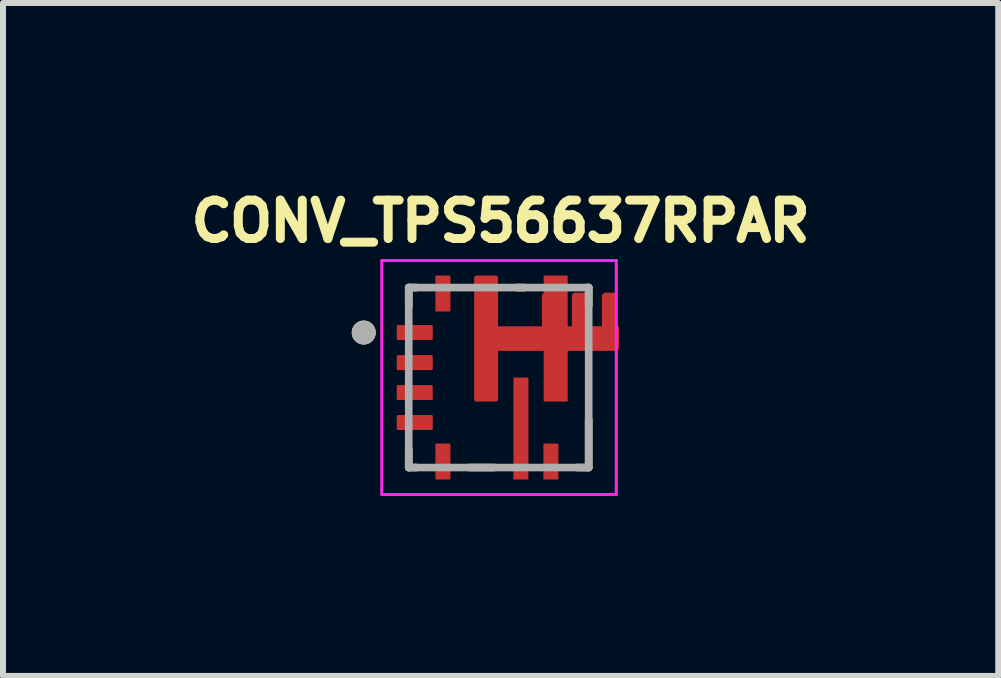
<source format=kicad_pcb>
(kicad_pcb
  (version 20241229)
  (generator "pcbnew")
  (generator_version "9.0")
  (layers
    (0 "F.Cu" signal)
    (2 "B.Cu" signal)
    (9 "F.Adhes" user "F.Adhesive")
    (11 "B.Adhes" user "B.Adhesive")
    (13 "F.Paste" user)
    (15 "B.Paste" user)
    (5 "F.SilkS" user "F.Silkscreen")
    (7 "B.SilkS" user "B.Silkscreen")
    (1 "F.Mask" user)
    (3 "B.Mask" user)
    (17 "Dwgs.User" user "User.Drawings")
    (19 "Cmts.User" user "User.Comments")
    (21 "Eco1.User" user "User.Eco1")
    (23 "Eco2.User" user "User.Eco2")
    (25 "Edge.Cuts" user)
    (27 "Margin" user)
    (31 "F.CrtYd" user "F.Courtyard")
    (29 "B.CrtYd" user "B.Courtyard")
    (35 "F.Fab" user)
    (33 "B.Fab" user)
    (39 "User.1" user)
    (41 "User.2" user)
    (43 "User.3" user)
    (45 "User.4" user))
  (footprint "CONV_TPS56637RPAR"
    (layer "F.Cu")
    (at 5.264 3.244)
    (property "Reference" "CONV_TPS56637RPAR" (at 0.032 -2.606 0) (layer "F.SilkS") (effects (font (size 0.64 0.64) (thickness 0.15))))
    (attr through_hole)
    (fp_poly (pts (xy 0.65 -1.65) (xy 0.65 0.35) (xy 0.65 0.358) (xy 0.651 0.366) (xy 0.652 0.373) (xy 0.653 0.381) (xy 0.655 0.389) (xy 0.657 0.396) (xy 0.66 0.404) (xy 0.663 0.411) (xy 0.666 0.418) (xy 0.67 0.425) (xy 0.674 0.432) (xy 0.679 0.438) (xy 0.683 0.444) (xy 0.689 0.45) (xy 0.694 0.456) (xy 0.7 0.461) (xy 0.706 0.467) (xy 0.712 0.471) (xy 0.718 0.476) (xy 0.725 0.48) (xy 0.732 0.484) (xy 0.739 0.487) (xy 0.746 0.49) (xy 0.754 0.493) (xy 0.761 0.495) (xy 0.769 0.497) (xy 0.777 0.498) (xy 0.784 0.499) (xy 0.792 0.5) (xy 0.8 0.5) (xy 1.25 0.5) (xy 1.25 0.475) (xy 1.66 0.475) (xy 1.667 0.474) (xy 1.676 0.473) (xy 1.684 0.471) (xy 1.692 0.469) (xy 1.701 0.467) (xy 1.709 0.464) (xy 1.716 0.46) (xy 1.724 0.456) (xy 1.731 0.452) (xy 1.739 0.448) (xy 1.746 0.443) (xy 1.752 0.437) (xy 1.759 0.432) (xy 1.765 0.426) (xy 1.771 0.419) (xy 1.776 0.413) (xy 1.781 0.406) (xy 1.786 0.399) (xy 1.79 0.392) (xy 1.794 0.384) (xy 1.798 0.376) (xy 1.801 0.368) (xy 1.803 0.36) (xy 1.806 0.352) (xy 1.807 0.344) (xy 1.809 0.335) (xy 1.81 0.327) (xy 1.81 0.318) (xy 1.81 0.31) (xy 1.81 0.3) (xy 1.81 0.2) (xy 1.81 0.19) (xy 1.81 0.182) (xy 1.81 0.173) (xy 1.809 0.165) (xy 1.807 0.156) (xy 1.806 0.148) (xy 1.803 0.14) (xy 1.801 0.132) (xy 1.798 0.124) (xy 1.794 0.116) (xy 1.79 0.108) (xy 1.786 0.101) (xy 1.781 0.094) (xy 1.776 0.087) (xy 1.771 0.081) (xy 1.765 0.074) (xy 1.759 0.068) (xy 1.752 0.063) (xy 1.746 0.057) (xy 1.739 0.052) (xy 1.731 0.048) (xy 1.724 0.044) (xy 1.716 0.04) (xy 1.709 0.036) (xy 1.701 0.033) (xy 1.692 0.031) (xy 1.684 0.029) (xy 1.676 0.027) (xy 1.667 0.026) (xy 1.66 0.025) (xy 1.25 0.025) (xy 1.25 -0.025) (xy 1.66 -0.025) (xy 1.668 -0.025) (xy 1.676 -0.026) (xy 1.683 -0.027) (xy 1.691 -0.028) (xy 1.699 -0.03) (xy 1.706 -0.032) (xy 1.714 -0.035) (xy 1.721 -0.038) (xy 1.728 -0.041) (xy 1.735 -0.045) (xy 1.742 -0.049) (xy 1.748 -0.054) (xy 1.754 -0.058) (xy 1.76 -0.064) (xy 1.766 -0.069) (xy 1.771 -0.075) (xy 1.777 -0.081) (xy 1.781 -0.087) (xy 1.786 -0.093) (xy 1.79 -0.1) (xy 1.794 -0.107) (xy 1.797 -0.114) (xy 1.8 -0.121) (xy 1.803 -0.129) (xy 1.805 -0.136) (xy 1.807 -0.144) (xy 1.808 -0.152) (xy 1.809 -0.159) (xy 1.81 -0.167) (xy 1.81 -0.175) (xy 1.81 -0.325) (xy 1.81 -0.333) (xy 1.809 -0.341) (xy 1.808 -0.348) (xy 1.807 -0.356) (xy 1.805 -0.364) (xy 1.803 -0.371) (xy 1.8 -0.379) (xy 1.797 -0.386) (xy 1.794 -0.393) (xy 1.79 -0.4) (xy 1.786 -0.407) (xy 1.781 -0.413) (xy 1.777 -0.419) (xy 1.771 -0.425) (xy 1.766 -0.431) (xy 1.76 -0.436) (xy 1.754 -0.442) (xy 1.748 -0.446) (xy 1.742 -0.451) (xy 1.735 -0.455) (xy 1.728 -0.459) (xy 1.721 -0.462) (xy 1.714 -0.465) (xy 1.706 -0.468) (xy 1.699 -0.47) (xy 1.691 -0.472) (xy 1.683 -0.473) (xy 1.676 -0.474) (xy 1.668 -0.475) (xy 1.66 -0.475) (xy 1.25 -0.475) (xy 1.25 -0.525) (xy 1.66 -0.525) (xy 1.668 -0.525) (xy 1.676 -0.526) (xy 1.683 -0.527) (xy 1.691 -0.528) (xy 1.699 -0.53) (xy 1.706 -0.532) (xy 1.714 -0.535) (xy 1.721 -0.538) (xy 1.728 -0.541) (xy 1.735 -0.545) (xy 1.742 -0.549) (xy 1.748 -0.554) (xy 1.754 -0.558) (xy 1.76 -0.564) (xy 1.766 -0.569) (xy 1.771 -0.575) (xy 1.777 -0.581) (xy 1.781 -0.587) (xy 1.786 -0.593) (xy 1.79 -0.6) (xy 1.794 -0.607) (xy 1.797 -0.614) (xy 1.8 -0.621) (xy 1.803 -0.629) (xy 1.805 -0.636) (xy 1.807 -0.644) (xy 1.808 -0.652) (xy 1.809 -0.659) (xy 1.81 -0.667) (xy 1.81 -0.675) (xy 1.81 -0.825) (xy 1.81 -0.833) (xy 1.809 -0.841) (xy 1.808 -0.848) (xy 1.807 -0.856) (xy 1.805 -0.864) (xy 1.803 -0.871) (xy 1.8 -0.879) (xy 1.797 -0.886) (xy 1.794 -0.893) (xy 1.79 -0.9) (xy 1.786 -0.907) (xy 1.781 -0.913) (xy 1.777 -0.919) (xy 1.771 -0.925) (xy 1.766 -0.931) (xy 1.76 -0.936) (xy 1.754 -0.942) (xy 1.748 -0.946) (xy 1.742 -0.951) (xy 1.735 -0.955) (xy 1.728 -0.959) (xy 1.721 -0.962) (xy 1.714 -0.965) (xy 1.706 -0.968) (xy 1.699 -0.97) (xy 1.691 -0.972) (xy 1.683 -0.973) (xy 1.676 -0.974) (xy 1.668 -0.975) (xy 1.66 -0.975) (xy 1.25 -0.975) (xy 1.25 -1.65) (xy 1.25 -1.658) (xy 1.249 -1.666) (xy 1.248 -1.673) (xy 1.247 -1.681) (xy 1.245 -1.689) (xy 1.243 -1.696) (xy 1.24 -1.704) (xy 1.237 -1.711) (xy 1.234 -1.718) (xy 1.23 -1.725) (xy 1.226 -1.732) (xy 1.221 -1.738) (xy 1.217 -1.744) (xy 1.211 -1.75) (xy 1.206 -1.756) (xy 1.2 -1.761) (xy 1.194 -1.767) (xy 1.188 -1.771) (xy 1.182 -1.776) (xy 1.175 -1.78) (xy 1.168 -1.784) (xy 1.161 -1.787) (xy 1.154 -1.79) (xy 1.146 -1.793) (xy 1.139 -1.795) (xy 1.131 -1.797) (xy 1.123 -1.798) (xy 1.116 -1.799) (xy 1.108 -1.8) (xy 1.1 -1.8) (xy 0.8 -1.8) (xy 0.792 -1.8) (xy 0.784 -1.799) (xy 0.777 -1.798) (xy 0.769 -1.797) (xy 0.761 -1.795) (xy 0.754 -1.793) (xy 0.746 -1.79) (xy 0.739 -1.787) (xy 0.732 -1.784) (xy 0.725 -1.78) (xy 0.718 -1.776) (xy 0.712 -1.771) (xy 0.706 -1.767) (xy 0.7 -1.761) (xy 0.694 -1.756) (xy 0.689 -1.75) (xy 0.683 -1.744) (xy 0.679 -1.738) (xy 0.674 -1.732) (xy 0.67 -1.725) (xy 0.666 -1.718) (xy 0.663 -1.711) (xy 0.66 -1.704) (xy 0.657 -1.696) (xy 0.655 -1.689) (xy 0.653 -1.681) (xy 0.652 -1.673) (xy 0.651 -1.666) (xy 0.65 -1.658) (xy 0.65 -1.65)) (stroke (width 0.01) (type solid)) (fill yes) (layer "F.Mask"))
    (fp_line (start -1.5 -1.5) (end -1.5 -1.195) (stroke (width 0.127) (type solid)) (layer "F.SilkS"))
    (fp_line (start -1.5 1.5) (end -1.5 1.195) (stroke (width 0.127) (type solid)) (layer "F.SilkS"))
    (fp_line (start -1.375 -1.5) (end -1.5 -1.5) (stroke (width 0.127) (type solid)) (layer "F.SilkS"))
    (fp_line (start -1.375 1.5) (end -1.5 1.5) (stroke (width 0.127) (type solid)) (layer "F.SilkS"))
    (fp_line (start -0.485 1.5) (end -0.075 1.5) (stroke (width 0.127) (type solid)) (layer "F.SilkS"))
    (fp_line (start 0.43 -1.5) (end 0.31 -1.5) (stroke (width 0.127) (type solid)) (layer "F.SilkS"))
    (fp_line (start 1.315 1.5) (end 1.5 1.5) (stroke (width 0.127) (type solid)) (layer "F.SilkS"))
    (fp_line (start 1.47 -1.5) (end 1.5 -1.5) (stroke (width 0.127) (type solid)) (layer "F.SilkS"))
    (fp_line (start 1.5 -1.195) (end 1.5 -1.5) (stroke (width 0.127) (type solid)) (layer "F.SilkS"))
    (fp_line (start 1.5 1.5) (end 1.5 0.695) (stroke (width 0.127) (type solid)) (layer "F.SilkS"))
    (fp_circle (center -2.25 -0.75) (end -2.15 -0.75) (stroke (width 0.2) (type solid)) (fill no) (layer "F.SilkS"))
    (fp_poly (pts (xy -0.41 -1.65) (xy -0.41 -0.8) (xy -0.41 -0.797) (xy -0.41 -0.795) (xy -0.409 -0.792) (xy -0.409 -0.79) (xy -0.408 -0.787) (xy -0.408 -0.785) (xy -0.407 -0.782) (xy -0.406 -0.78) (xy -0.405 -0.777) (xy -0.403 -0.775) (xy -0.402 -0.773) (xy -0.4 -0.771) (xy -0.399 -0.769) (xy -0.397 -0.767) (xy -0.395 -0.765) (xy -0.393 -0.763) (xy -0.391 -0.761) (xy -0.389 -0.76) (xy -0.387 -0.758) (xy -0.385 -0.757) (xy -0.383 -0.755) (xy -0.38 -0.754) (xy -0.378 -0.753) (xy -0.375 -0.752) (xy -0.373 -0.752) (xy -0.37 -0.751) (xy -0.368 -0.751) (xy -0.365 -0.75) (xy -0.363 -0.75) (xy -0.36 -0.75) (xy -0.06 -0.75) (xy -0.057 -0.75) (xy -0.055 -0.75) (xy -0.052 -0.751) (xy -0.05 -0.751) (xy -0.047 -0.752) (xy -0.045 -0.752) (xy -0.042 -0.753) (xy -0.04 -0.754) (xy -0.037 -0.755) (xy -0.035 -0.757) (xy -0.033 -0.758) (xy -0.031 -0.76) (xy -0.029 -0.761) (xy -0.027 -0.763) (xy -0.025 -0.765) (xy -0.023 -0.767) (xy -0.021 -0.769) (xy -0.02 -0.771) (xy -0.018 -0.773) (xy -0.017 -0.775) (xy -0.015 -0.777) (xy -0.014 -0.78) (xy -0.013 -0.782) (xy -0.012 -0.785) (xy -0.012 -0.787) (xy -0.011 -0.79) (xy -0.011 -0.792) (xy -0.01 -0.795) (xy -0.01 -0.797) (xy -0.01 -0.8) (xy -0.01 -1.65) (xy -0.01 -1.653) (xy -0.01 -1.655) (xy -0.011 -1.658) (xy -0.011 -1.66) (xy -0.012 -1.663) (xy -0.012 -1.665) (xy -0.013 -1.668) (xy -0.014 -1.67) (xy -0.015 -1.673) (xy -0.017 -1.675) (xy -0.018 -1.677) (xy -0.02 -1.679) (xy -0.021 -1.681) (xy -0.023 -1.683) (xy -0.025 -1.685) (xy -0.027 -1.687) (xy -0.029 -1.689) (xy -0.031 -1.69) (xy -0.033 -1.692) (xy -0.035 -1.693) (xy -0.037 -1.695) (xy -0.04 -1.696) (xy -0.042 -1.697) (xy -0.045 -1.698) (xy -0.047 -1.698) (xy -0.05 -1.699) (xy -0.052 -1.699) (xy -0.055 -1.7) (xy -0.057 -1.7) (xy -0.06 -1.7) (xy -0.36 -1.7) (xy -0.363 -1.7) (xy -0.365 -1.7) (xy -0.368 -1.699) (xy -0.37 -1.699) (xy -0.373 -1.698) (xy -0.375 -1.698) (xy -0.378 -1.697) (xy -0.38 -1.696) (xy -0.383 -1.695) (xy -0.385 -1.693) (xy -0.387 -1.692) (xy -0.389 -1.69) (xy -0.391 -1.689) (xy -0.393 -1.687) (xy -0.395 -1.685) (xy -0.397 -1.683) (xy -0.399 -1.681) (xy -0.4 -1.679) (xy -0.402 -1.677) (xy -0.403 -1.675) (xy -0.405 -1.673) (xy -0.406 -1.67) (xy -0.407 -1.668) (xy -0.408 -1.665) (xy -0.408 -1.663) (xy -0.409 -1.66) (xy -0.409 -1.658) (xy -0.41 -1.655) (xy -0.41 -1.653) (xy -0.41 -1.65)) (stroke (width 0.01) (type solid)) (fill yes) (layer "F.Paste"))
    (fp_poly (pts (xy -0.41 -0.5) (xy -0.41 0.35) (xy -0.41 0.353) (xy -0.41 0.355) (xy -0.409 0.358) (xy -0.409 0.36) (xy -0.408 0.363) (xy -0.408 0.365) (xy -0.407 0.368) (xy -0.406 0.37) (xy -0.405 0.373) (xy -0.403 0.375) (xy -0.402 0.377) (xy -0.4 0.379) (xy -0.399 0.381) (xy -0.397 0.383) (xy -0.395 0.385) (xy -0.393 0.387) (xy -0.391 0.389) (xy -0.389 0.39) (xy -0.387 0.392) (xy -0.385 0.393) (xy -0.383 0.395) (xy -0.38 0.396) (xy -0.378 0.397) (xy -0.375 0.398) (xy -0.373 0.398) (xy -0.37 0.399) (xy -0.368 0.399) (xy -0.365 0.4) (xy -0.363 0.4) (xy -0.36 0.4) (xy -0.06 0.4) (xy -0.057 0.4) (xy -0.055 0.4) (xy -0.052 0.399) (xy -0.05 0.399) (xy -0.047 0.398) (xy -0.045 0.398) (xy -0.042 0.397) (xy -0.04 0.396) (xy -0.037 0.395) (xy -0.035 0.393) (xy -0.033 0.392) (xy -0.031 0.39) (xy -0.029 0.389) (xy -0.027 0.387) (xy -0.025 0.385) (xy -0.023 0.383) (xy -0.021 0.381) (xy -0.02 0.379) (xy -0.018 0.377) (xy -0.017 0.375) (xy -0.015 0.373) (xy -0.014 0.37) (xy -0.013 0.368) (xy -0.012 0.365) (xy -0.012 0.363) (xy -0.011 0.36) (xy -0.011 0.358) (xy -0.01 0.355) (xy -0.01 0.353) (xy -0.01 0.35) (xy -0.01 -0.5) (xy -0.01 -0.503) (xy -0.01 -0.505) (xy -0.011 -0.508) (xy -0.011 -0.51) (xy -0.012 -0.513) (xy -0.012 -0.515) (xy -0.013 -0.518) (xy -0.014 -0.52) (xy -0.015 -0.523) (xy -0.017 -0.525) (xy -0.018 -0.527) (xy -0.02 -0.529) (xy -0.021 -0.531) (xy -0.023 -0.533) (xy -0.025 -0.535) (xy -0.027 -0.537) (xy -0.029 -0.539) (xy -0.031 -0.54) (xy -0.033 -0.542) (xy -0.035 -0.543) (xy -0.037 -0.545) (xy -0.04 -0.546) (xy -0.042 -0.547) (xy -0.045 -0.548) (xy -0.047 -0.548) (xy -0.05 -0.549) (xy -0.052 -0.549) (xy -0.055 -0.55) (xy -0.057 -0.55) (xy -0.06 -0.55) (xy -0.36 -0.55) (xy -0.363 -0.55) (xy -0.365 -0.55) (xy -0.368 -0.549) (xy -0.37 -0.549) (xy -0.373 -0.548) (xy -0.375 -0.548) (xy -0.378 -0.547) (xy -0.38 -0.546) (xy -0.383 -0.545) (xy -0.385 -0.543) (xy -0.387 -0.542) (xy -0.389 -0.54) (xy -0.391 -0.539) (xy -0.393 -0.537) (xy -0.395 -0.535) (xy -0.397 -0.533) (xy -0.399 -0.531) (xy -0.4 -0.529) (xy -0.402 -0.527) (xy -0.403 -0.525) (xy -0.405 -0.523) (xy -0.406 -0.52) (xy -0.407 -0.518) (xy -0.408 -0.515) (xy -0.408 -0.513) (xy -0.409 -0.51) (xy -0.409 -0.508) (xy -0.41 -0.505) (xy -0.41 -0.503) (xy -0.41 -0.5)) (stroke (width 0.01) (type solid)) (fill yes) (layer "F.Paste"))
    (fp_poly (pts (xy 0.245 0.05) (xy 0.245 0.7) (xy 0.245 0.703) (xy 0.245 0.705) (xy 0.246 0.708) (xy 0.246 0.71) (xy 0.247 0.713) (xy 0.247 0.715) (xy 0.248 0.718) (xy 0.249 0.72) (xy 0.25 0.723) (xy 0.252 0.725) (xy 0.253 0.727) (xy 0.255 0.729) (xy 0.256 0.731) (xy 0.258 0.733) (xy 0.26 0.735) (xy 0.262 0.737) (xy 0.264 0.739) (xy 0.266 0.74) (xy 0.268 0.742) (xy 0.27 0.743) (xy 0.272 0.745) (xy 0.275 0.746) (xy 0.277 0.747) (xy 0.28 0.748) (xy 0.282 0.748) (xy 0.285 0.749) (xy 0.287 0.749) (xy 0.29 0.75) (xy 0.292 0.75) (xy 0.295 0.75) (xy 0.455 0.75) (xy 0.457 0.75) (xy 0.459 0.749) (xy 0.462 0.749) (xy 0.464 0.748) (xy 0.466 0.747) (xy 0.468 0.746) (xy 0.471 0.745) (xy 0.473 0.744) (xy 0.475 0.743) (xy 0.477 0.742) (xy 0.478 0.74) (xy 0.48 0.739) (xy 0.482 0.737) (xy 0.484 0.735) (xy 0.485 0.733) (xy 0.487 0.732) (xy 0.488 0.73) (xy 0.489 0.728) (xy 0.49 0.726) (xy 0.491 0.723) (xy 0.492 0.721) (xy 0.493 0.719) (xy 0.494 0.717) (xy 0.494 0.714) (xy 0.495 0.712) (xy 0.495 0.71) (xy 0.495 0.707) (xy 0.495 0.705) (xy 0.495 0.703) (xy 0.495 0.7) (xy 0.495 0.05) (xy 0.495 0.047) (xy 0.495 0.045) (xy 0.495 0.043) (xy 0.495 0.04) (xy 0.495 0.038) (xy 0.494 0.036) (xy 0.494 0.033) (xy 0.493 0.031) (xy 0.492 0.029) (xy 0.491 0.027) (xy 0.49 0.024) (xy 0.489 0.022) (xy 0.488 0.02) (xy 0.487 0.018) (xy 0.485 0.017) (xy 0.484 0.015) (xy 0.482 0.013) (xy 0.48 0.011) (xy 0.478 0.01) (xy 0.477 0.008) (xy 0.475 0.007) (xy 0.473 0.006) (xy 0.471 0.005) (xy 0.468 0.004) (xy 0.466 0.003) (xy 0.464 0.002) (xy 0.462 0.001) (xy 0.459 0.001) (xy 0.457 0) (xy 0.455 0) (xy 0.295 0) (xy 0.292 0) (xy 0.29 0) (xy 0.287 0.001) (xy 0.285 0.001) (xy 0.282 0.002) (xy 0.28 0.002) (xy 0.277 0.003) (xy 0.275 0.004) (xy 0.272 0.005) (xy 0.27 0.007) (xy 0.268 0.008) (xy 0.266 0.01) (xy 0.264 0.011) (xy 0.262 0.013) (xy 0.26 0.015) (xy 0.258 0.017) (xy 0.256 0.019) (xy 0.255 0.021) (xy 0.253 0.023) (xy 0.252 0.025) (xy 0.25 0.027) (xy 0.249 0.03) (xy 0.248 0.032) (xy 0.247 0.035) (xy 0.247 0.037) (xy 0.246 0.04) (xy 0.246 0.042) (xy 0.245 0.045) (xy 0.245 0.047) (xy 0.245 0.05)) (stroke (width 0.01) (type solid)) (fill yes) (layer "F.Paste"))
    (fp_poly (pts (xy 0.245 1) (xy 0.245 1.65) (xy 0.245 1.653) (xy 0.245 1.655) (xy 0.246 1.658) (xy 0.246 1.66) (xy 0.247 1.663) (xy 0.247 1.665) (xy 0.248 1.668) (xy 0.249 1.67) (xy 0.25 1.673) (xy 0.252 1.675) (xy 0.253 1.677) (xy 0.255 1.679) (xy 0.256 1.681) (xy 0.258 1.683) (xy 0.26 1.685) (xy 0.262 1.687) (xy 0.264 1.689) (xy 0.266 1.69) (xy 0.268 1.692) (xy 0.27 1.693) (xy 0.272 1.695) (xy 0.275 1.696) (xy 0.277 1.697) (xy 0.28 1.698) (xy 0.282 1.698) (xy 0.285 1.699) (xy 0.287 1.699) (xy 0.29 1.7) (xy 0.292 1.7) (xy 0.295 1.7) (xy 0.455 1.7) (xy 0.457 1.7) (xy 0.459 1.699) (xy 0.462 1.699) (xy 0.464 1.698) (xy 0.466 1.697) (xy 0.468 1.696) (xy 0.471 1.695) (xy 0.473 1.694) (xy 0.475 1.693) (xy 0.477 1.692) (xy 0.478 1.69) (xy 0.48 1.689) (xy 0.482 1.687) (xy 0.484 1.685) (xy 0.485 1.683) (xy 0.487 1.682) (xy 0.488 1.68) (xy 0.489 1.678) (xy 0.49 1.676) (xy 0.491 1.673) (xy 0.492 1.671) (xy 0.493 1.669) (xy 0.494 1.667) (xy 0.494 1.664) (xy 0.495 1.662) (xy 0.495 1.66) (xy 0.495 1.657) (xy 0.495 1.655) (xy 0.495 1.653) (xy 0.495 1.65) (xy 0.495 1) (xy 0.495 0.997) (xy 0.495 0.995) (xy 0.495 0.993) (xy 0.495 0.99) (xy 0.495 0.988) (xy 0.494 0.986) (xy 0.494 0.983) (xy 0.493 0.981) (xy 0.492 0.979) (xy 0.491 0.977) (xy 0.49 0.974) (xy 0.489 0.972) (xy 0.488 0.97) (xy 0.487 0.968) (xy 0.485 0.967) (xy 0.484 0.965) (xy 0.482 0.963) (xy 0.48 0.961) (xy 0.478 0.96) (xy 0.477 0.958) (xy 0.475 0.957) (xy 0.473 0.956) (xy 0.471 0.955) (xy 0.468 0.954) (xy 0.466 0.953) (xy 0.464 0.952) (xy 0.462 0.951) (xy 0.459 0.951) (xy 0.457 0.95) (xy 0.455 0.95) (xy 0.295 0.95) (xy 0.292 0.95) (xy 0.29 0.95) (xy 0.287 0.951) (xy 0.285 0.951) (xy 0.282 0.952) (xy 0.28 0.952) (xy 0.277 0.953) (xy 0.275 0.954) (xy 0.272 0.955) (xy 0.27 0.957) (xy 0.268 0.958) (xy 0.266 0.96) (xy 0.264 0.961) (xy 0.262 0.963) (xy 0.26 0.965) (xy 0.258 0.967) (xy 0.256 0.969) (xy 0.255 0.971) (xy 0.253 0.973) (xy 0.252 0.975) (xy 0.25 0.977) (xy 0.249 0.98) (xy 0.248 0.982) (xy 0.247 0.985) (xy 0.247 0.987) (xy 0.246 0.99) (xy 0.246 0.992) (xy 0.245 0.995) (xy 0.245 0.997) (xy 0.245 1)) (stroke (width 0.01) (type solid)) (fill yes) (layer "F.Paste"))
    (fp_poly (pts (xy 0.75 -1.65) (xy 0.75 0.35) (xy 0.75 0.353) (xy 0.75 0.355) (xy 0.751 0.358) (xy 0.751 0.36) (xy 0.752 0.363) (xy 0.752 0.365) (xy 0.753 0.368) (xy 0.754 0.37) (xy 0.755 0.373) (xy 0.757 0.375) (xy 0.758 0.377) (xy 0.76 0.379) (xy 0.761 0.381) (xy 0.763 0.383) (xy 0.765 0.385) (xy 0.767 0.387) (xy 0.769 0.389) (xy 0.771 0.39) (xy 0.773 0.392) (xy 0.775 0.393) (xy 0.777 0.395) (xy 0.78 0.396) (xy 0.782 0.397) (xy 0.785 0.398) (xy 0.787 0.398) (xy 0.79 0.399) (xy 0.792 0.399) (xy 0.795 0.4) (xy 0.797 0.4) (xy 0.8 0.4) (xy 1.15 0.4) (xy 1.15 0.375) (xy 1.66 0.375) (xy 1.663 0.374) (xy 1.666 0.373) (xy 1.669 0.372) (xy 1.672 0.371) (xy 1.675 0.37) (xy 1.678 0.368) (xy 1.681 0.367) (xy 1.684 0.365) (xy 1.687 0.363) (xy 1.689 0.361) (xy 1.692 0.358) (xy 1.694 0.356) (xy 1.696 0.353) (xy 1.698 0.351) (xy 1.7 0.348) (xy 1.702 0.345) (xy 1.704 0.342) (xy 1.705 0.339) (xy 1.707 0.336) (xy 1.708 0.333) (xy 1.709 0.33) (xy 1.71 0.327) (xy 1.71 0.324) (xy 1.711 0.32) (xy 1.711 0.317) (xy 1.711 0.314) (xy 1.711 0.31) (xy 1.711 0.307) (xy 1.711 0.304) (xy 1.71 0.3) (xy 1.71 0.2) (xy 1.711 0.196) (xy 1.711 0.193) (xy 1.711 0.19) (xy 1.711 0.186) (xy 1.711 0.183) (xy 1.711 0.18) (xy 1.71 0.176) (xy 1.71 0.173) (xy 1.709 0.17) (xy 1.708 0.167) (xy 1.707 0.164) (xy 1.705 0.161) (xy 1.704 0.158) (xy 1.702 0.155) (xy 1.7 0.152) (xy 1.698 0.149) (xy 1.696 0.147) (xy 1.694 0.144) (xy 1.692 0.142) (xy 1.689 0.139) (xy 1.687 0.137) (xy 1.684 0.135) (xy 1.681 0.133) (xy 1.678 0.132) (xy 1.675 0.13) (xy 1.672 0.129) (xy 1.669 0.128) (xy 1.666 0.127) (xy 1.663 0.126) (xy 1.66 0.125) (xy 1.15 0.125) (xy 1.15 -0.125) (xy 1.66 -0.125) (xy 1.663 -0.125) (xy 1.665 -0.125) (xy 1.668 -0.126) (xy 1.67 -0.126) (xy 1.673 -0.127) (xy 1.675 -0.127) (xy 1.678 -0.128) (xy 1.68 -0.129) (xy 1.683 -0.13) (xy 1.685 -0.132) (xy 1.687 -0.133) (xy 1.689 -0.135) (xy 1.691 -0.136) (xy 1.693 -0.138) (xy 1.695 -0.14) (xy 1.697 -0.142) (xy 1.699 -0.144) (xy 1.7 -0.146) (xy 1.702 -0.148) (xy 1.703 -0.15) (xy 1.705 -0.152) (xy 1.706 -0.155) (xy 1.707 -0.157) (xy 1.708 -0.16) (xy 1.708 -0.162) (xy 1.709 -0.165) (xy 1.709 -0.167) (xy 1.71 -0.17) (xy 1.71 -0.172) (xy 1.71 -0.175) (xy 1.71 -0.325) (xy 1.71 -0.328) (xy 1.71 -0.33) (xy 1.709 -0.333) (xy 1.709 -0.335) (xy 1.708 -0.338) (xy 1.708 -0.34) (xy 1.707 -0.343) (xy 1.706 -0.345) (xy 1.705 -0.348) (xy 1.703 -0.35) (xy 1.702 -0.352) (xy 1.7 -0.354) (xy 1.699 -0.356) (xy 1.697 -0.358) (xy 1.695 -0.36) (xy 1.693 -0.362) (xy 1.691 -0.364) (xy 1.689 -0.365) (xy 1.687 -0.367) (xy 1.685 -0.368) (xy 1.683 -0.37) (xy 1.68 -0.371) (xy 1.678 -0.372) (xy 1.675 -0.373) (xy 1.673 -0.373) (xy 1.67 -0.374) (xy 1.668 -0.374) (xy 1.665 -0.375) (xy 1.663 -0.375) (xy 1.66 -0.375) (xy 1.15 -0.375) (xy 1.15 -0.625) (xy 1.66 -0.625) (xy 1.663 -0.625) (xy 1.665 -0.625) (xy 1.668 -0.626) (xy 1.67 -0.626) (xy 1.673 -0.627) (xy 1.675 -0.627) (xy 1.678 -0.628) (xy 1.68 -0.629) (xy 1.683 -0.63) (xy 1.685 -0.632) (xy 1.687 -0.633) (xy 1.689 -0.635) (xy 1.691 -0.636) (xy 1.693 -0.638) (xy 1.695 -0.64) (xy 1.697 -0.642) (xy 1.699 -0.644) (xy 1.7 -0.646) (xy 1.702 -0.648) (xy 1.703 -0.65) (xy 1.705 -0.652) (xy 1.706 -0.655) (xy 1.707 -0.657) (xy 1.708 -0.66) (xy 1.708 -0.662) (xy 1.709 -0.665) (xy 1.709 -0.667) (xy 1.71 -0.67) (xy 1.71 -0.672) (xy 1.71 -0.675) (xy 1.71 -0.825) (xy 1.71 -0.828) (xy 1.71 -0.83) (xy 1.709 -0.833) (xy 1.709 -0.835) (xy 1.708 -0.838) (xy 1.708 -0.84) (xy 1.707 -0.843) (xy 1.706 -0.845) (xy 1.705 -0.848) (xy 1.703 -0.85) (xy 1.702 -0.852) (xy 1.7 -0.854) (xy 1.699 -0.856) (xy 1.697 -0.858) (xy 1.695 -0.86) (xy 1.693 -0.862) (xy 1.691 -0.864) (xy 1.689 -0.865) (xy 1.687 -0.867) (xy 1.685 -0.868) (xy 1.683 -0.87) (xy 1.68 -0.871) (xy 1.678 -0.872) (xy 1.675 -0.873) (xy 1.673 -0.873) (xy 1.67 -0.874) (xy 1.668 -0.874) (xy 1.665 -0.875) (xy 1.663 -0.875) (xy 1.66 -0.875) (xy 1.15 -0.875) (xy 1.15 -1.65) (xy 1.15 -1.653) (xy 1.15 -1.655) (xy 1.149 -1.658) (xy 1.149 -1.66) (xy 1.148 -1.663) (xy 1.148 -1.665) (xy 1.147 -1.668) (xy 1.146 -1.67) (xy 1.145 -1.673) (xy 1.143 -1.675) (xy 1.142 -1.677) (xy 1.14 -1.679) (xy 1.139 -1.681) (xy 1.137 -1.683) (xy 1.135 -1.685) (xy 1.133 -1.687) (xy 1.131 -1.689) (xy 1.129 -1.69) (xy 1.127 -1.692) (xy 1.125 -1.693) (xy 1.123 -1.695) (xy 1.12 -1.696) (xy 1.118 -1.697) (xy 1.115 -1.698) (xy 1.113 -1.698) (xy 1.11 -1.699) (xy 1.108 -1.699) (xy 1.105 -1.7) (xy 1.103 -1.7) (xy 1.1 -1.7) (xy 0.8 -1.7) (xy 0.797 -1.7) (xy 0.795 -1.7) (xy 0.792 -1.699) (xy 0.79 -1.699) (xy 0.787 -1.698) (xy 0.785 -1.698) (xy 0.782 -1.697) (xy 0.78 -1.696) (xy 0.777 -1.695) (xy 0.775 -1.693) (xy 0.773 -1.692) (xy 0.771 -1.69) (xy 0.769 -1.689) (xy 0.767 -1.687) (xy 0.765 -1.685) (xy 0.763 -1.683) (xy 0.761 -1.681) (xy 0.76 -1.679) (xy 0.758 -1.677) (xy 0.757 -1.675) (xy 0.755 -1.673) (xy 0.754 -1.67) (xy 0.753 -1.668) (xy 0.752 -1.665) (xy 0.752 -1.663) (xy 0.751 -1.66) (xy 0.751 -1.658) (xy 0.75 -1.655) (xy 0.75 -1.653) (xy 0.75 -1.65)) (stroke (width 0.01) (type solid)) (fill yes) (layer "F.Paste"))
    (fp_line (start -1.95 -1.95) (end -1.95 1.95) (stroke (width 0.05) (type solid)) (layer "F.CrtYd"))
    (fp_line (start -1.95 1.95) (end 1.96 1.95) (stroke (width 0.05) (type solid)) (layer "F.CrtYd"))
    (fp_line (start 1.96 -1.95) (end -1.95 -1.95) (stroke (width 0.05) (type solid)) (layer "F.CrtYd"))
    (fp_line (start 1.96 1.95) (end 1.96 -1.95) (stroke (width 0.05) (type solid)) (layer "F.CrtYd"))
    (fp_line (start -1.5 -1.5) (end -1.5 1.5) (stroke (width 0.127) (type solid)) (layer "F.Fab"))
    (fp_line (start -1.5 1.5) (end 1.5 1.5) (stroke (width 0.127) (type solid)) (layer "F.Fab"))
    (fp_line (start 1.5 -1.5) (end -1.5 -1.5) (stroke (width 0.127) (type solid)) (layer "F.Fab"))
    (fp_line (start 1.5 1.5) (end 1.5 -1.5) (stroke (width 0.127) (type solid)) (layer "F.Fab"))
    (fp_circle (center -2.25 -0.75) (end -2.15 -0.75) (stroke (width 0.2) (type solid)) (fill no) (layer "F.Fab"))
    (pad "1" smd roundrect (at -1.4 -0.75) (size 0.6 0.25) (layers "F.Cu" "F.Mask" "F.Paste") (roundrect_rratio 0.06))
    (pad "2" smd roundrect (at -1.4 -0.25) (size 0.6 0.25) (layers "F.Cu" "F.Mask" "F.Paste") (roundrect_rratio 0.06))
    (pad "3" smd roundrect (at -1.4 0.25) (size 0.6 0.25) (layers "F.Cu" "F.Mask" "F.Paste") (roundrect_rratio 0.06))
    (pad "4" smd roundrect (at -1.4 0.75) (size 0.6 0.25) (layers "F.Cu" "F.Mask" "F.Paste") (roundrect_rratio 0.06))
    (pad "5" smd roundrect (at -0.93 1.4 90) (size 0.6 0.25) (layers "F.Cu" "F.Mask" "F.Paste") (roundrect_rratio 0.06))
    (pad "6" smd roundrect (at 0.37 0.85 90) (size 1.7 0.25) (layers "F.Cu" "F.Mask") (roundrect_rratio 0.06))
    (pad "7" smd roundrect (at 0.87 1.4 90) (size 0.6 0.25) (layers "F.Cu" "F.Mask" "F.Paste") (roundrect_rratio 0.06))
    (pad "8" smd custom (at 0.95 -0.65 90) (size 2.1 0.4) (layers "F.Cu") (options (anchor rect)) (primitives (gr_poly (pts (xy -0.2 -1) (xy -0.2 1) (xy -0.2 1.003) (xy -0.2 1.005) (xy -0.199 1.008) (xy -0.199 1.01) (xy -0.198 1.013) (xy -0.198 1.015) (xy -0.197 1.018) (xy -0.196 1.02) (xy -0.195 1.023) (xy -0.193 1.025) (xy -0.192 1.027) (xy -0.19 1.029) (xy -0.189 1.031) (xy -0.187 1.033) (xy -0.185 1.035) (xy -0.183 1.037) (xy -0.181 1.039) (xy -0.179 1.04) (xy -0.177 1.042) (xy -0.175 1.043) (xy -0.173 1.045) (xy -0.17 1.046) (xy -0.168 1.047) (xy -0.165 1.048) (xy -0.163 1.048) (xy -0.16 1.049) (xy -0.158 1.049) (xy -0.155 1.05) (xy -0.153 1.05) (xy -0.15 1.05) (xy 0.2 1.05) (xy 0.2 1.025) (xy 0.71 1.025) (xy 0.713 1.024) (xy 0.716 1.023) (xy 0.719 1.022) (xy 0.722 1.021) (xy 0.725 1.02) (xy 0.728 1.018) (xy 0.731 1.017) (xy 0.734 1.015) (xy 0.737 1.013) (xy 0.739 1.011) (xy 0.742 1.008) (xy 0.744 1.006) (xy 0.746 1.003) (xy 0.748 1.001) (xy 0.75 0.998) (xy 0.752 0.995) (xy 0.754 0.992) (xy 0.755 0.989) (xy 0.757 0.986) (xy 0.758 0.983) (xy 0.759 0.98) (xy 0.76 0.977) (xy 0.76 0.974) (xy 0.761 0.97) (xy 0.761 0.967) (xy 0.761 0.964) (xy 0.761 0.96) (xy 0.761 0.957) (xy 0.761 0.954) (xy 0.76 0.95) (xy 0.76 0.85) (xy 0.761 0.846) (xy 0.761 0.843) (xy 0.761 0.84) (xy 0.761 0.836) (xy 0.761 0.833) (xy 0.761 0.83) (xy 0.76 0.826) (xy 0.76 0.823) (xy 0.759 0.82) (xy 0.758 0.817) (xy 0.757 0.814) (xy 0.755 0.811) (xy 0.754 0.808) (xy 0.752 0.805) (xy 0.75 0.802) (xy 0.748 0.799) (xy 0.746 0.797) (xy 0.744 0.794) (xy 0.742 0.792) (xy 0.739 0.789) (xy 0.737 0.787) (xy 0.734 0.785) (xy 0.731 0.783) (xy 0.728 0.782) (xy 0.725 0.78) (xy 0.722 0.779) (xy 0.719 0.778) (xy 0.716 0.777) (xy 0.713 0.776) (xy 0.71 0.775) (xy 0.2 0.775) (xy 0.2 0.525) (xy 0.71 0.525) (xy 0.713 0.525) (xy 0.715 0.525) (xy 0.718 0.524) (xy 0.72 0.524) (xy 0.723 0.523) (xy 0.725 0.523) (xy 0.728 0.522) (xy 0.73 0.521) (xy 0.733 0.52) (xy 0.735 0.518) (xy 0.737 0.517) (xy 0.739 0.515) (xy 0.741 0.514) (xy 0.743 0.512) (xy 0.745 0.51) (xy 0.747 0.508) (xy 0.749 0.506) (xy 0.75 0.504) (xy 0.752 0.502) (xy 0.753 0.5) (xy 0.755 0.498) (xy 0.756 0.495) (xy 0.757 0.493) (xy 0.758 0.49) (xy 0.758 0.488) (xy 0.759 0.485) (xy 0.759 0.483) (xy 0.76 0.48) (xy 0.76 0.478) (xy 0.76 0.475) (xy 0.76 0.325) (xy 0.76 0.322) (xy 0.76 0.32) (xy 0.759 0.317) (xy 0.759 0.315) (xy 0.758 0.312) (xy 0.758 0.31) (xy 0.757 0.307) (xy 0.756 0.305) (xy 0.755 0.302) (xy 0.753 0.3) (xy 0.752 0.298) (xy 0.75 0.296) (xy 0.749 0.294) (xy 0.747 0.292) (xy 0.745 0.29) (xy 0.743 0.288) (xy 0.741 0.286) (xy 0.739 0.285) (xy 0.737 0.283) (xy 0.735 0.282) (xy 0.733 0.28) (xy 0.73 0.279) (xy 0.728 0.278) (xy 0.725 0.277) (xy 0.723 0.277) (xy 0.72 0.276) (xy 0.718 0.276) (xy 0.715 0.275) (xy 0.713 0.275) (xy 0.71 0.275) (xy 0.2 0.275) (xy 0.2 0.025) (xy 0.71 0.025) (xy 0.713 0.025) (xy 0.715 0.025) (xy 0.718 0.024) (xy 0.72 0.024) (xy 0.723 0.023) (xy 0.725 0.023) (xy 0.728 0.022) (xy 0.73 0.021) (xy 0.733 0.02) (xy 0.735 0.018) (xy 0.737 0.017) (xy 0.739 0.015) (xy 0.741 0.014) (xy 0.743 0.012) (xy 0.745 0.01) (xy 0.747 0.008) (xy 0.749 0.006) (xy 0.75 0.004) (xy 0.752 0.002) (xy 0.753 0) (xy 0.755 -0.002) (xy 0.756 -0.005) (xy 0.757 -0.007) (xy 0.758 -0.01) (xy 0.758 -0.012) (xy 0.759 -0.015) (xy 0.759 -0.017) (xy 0.76 -0.02) (xy 0.76 -0.022) (xy 0.76 -0.025) (xy 0.76 -0.175) (xy 0.76 -0.178) (xy 0.76 -0.18) (xy 0.759 -0.183) (xy 0.759 -0.185) (xy 0.758 -0.188) (xy 0.758 -0.19) (xy 0.757 -0.193) (xy 0.756 -0.195) (xy 0.755 -0.198) (xy 0.753 -0.2) (xy 0.752 -0.202) (xy 0.75 -0.204) (xy 0.749 -0.206) (xy 0.747 -0.208) (xy 0.745 -0.21) (xy 0.743 -0.212) (xy 0.741 -0.214) (xy 0.739 -0.215) (xy 0.737 -0.217) (xy 0.735 -0.218) (xy 0.733 -0.22) (xy 0.73 -0.221) (xy 0.728 -0.222) (xy 0.725 -0.223) (xy 0.723 -0.223) (xy 0.72 -0.224) (xy 0.718 -0.224) (xy 0.715 -0.225) (xy 0.713 -0.225) (xy 0.71 -0.225) (xy 0.2 -0.225) (xy 0.2 -1) (xy 0.2 -1.003) (xy 0.2 -1.005) (xy 0.199 -1.008) (xy 0.199 -1.01) (xy 0.198 -1.013) (xy 0.198 -1.015) (xy 0.197 -1.018) (xy 0.196 -1.02) (xy 0.195 -1.023) (xy 0.193 -1.025) (xy 0.192 -1.027) (xy 0.19 -1.029) (xy 0.189 -1.031) (xy 0.187 -1.033) (xy 0.185 -1.035) (xy 0.183 -1.037) (xy 0.181 -1.039) (xy 0.179 -1.04) (xy 0.177 -1.042) (xy 0.175 -1.043) (xy 0.173 -1.045) (xy 0.17 -1.046) (xy 0.168 -1.047) (xy 0.165 -1.048) (xy 0.163 -1.048) (xy 0.16 -1.049) (xy 0.158 -1.049) (xy 0.155 -1.05) (xy 0.153 -1.05) (xy 0.15 -1.05) (xy -0.15 -1.05) (xy -0.153 -1.05) (xy -0.155 -1.05) (xy -0.158 -1.049) (xy -0.16 -1.049) (xy -0.163 -1.048) (xy -0.165 -1.048) (xy -0.168 -1.047) (xy -0.17 -1.046) (xy -0.173 -1.045) (xy -0.175 -1.043) (xy -0.177 -1.042) (xy -0.179 -1.04) (xy -0.181 -1.039) (xy -0.183 -1.037) (xy -0.185 -1.035) (xy -0.187 -1.033) (xy -0.189 -1.031) (xy -0.19 -1.029) (xy -0.192 -1.027) (xy -0.193 -1.025) (xy -0.195 -1.023) (xy -0.196 -1.02) (xy -0.197 -1.018) (xy -0.198 -1.015) (xy -0.198 -1.013) (xy -0.199 -1.01) (xy -0.199 -1.008) (xy -0.2 -1.005) (xy -0.2 -1.003) (xy -0.2 -1)) (width 0.01) (fill yes))))
    (pad "9" smd roundrect (at -0.21 -0.65 90) (size 2.1 0.4) (layers "F.Cu" "F.Mask") (roundrect_rratio 0.1))
    (pad "10" smd roundrect (at -0.93 -1.4 90) (size 0.6 0.25) (layers "F.Cu" "F.Mask" "F.Paste") (roundrect_rratio 0.06)))
  (gr_rect
    (start -3 -3)
    (end 13.592 8.219)
    (stroke (width 0.1) (type default))
    (fill no)
    (layer "Edge.Cuts")))
</source>
